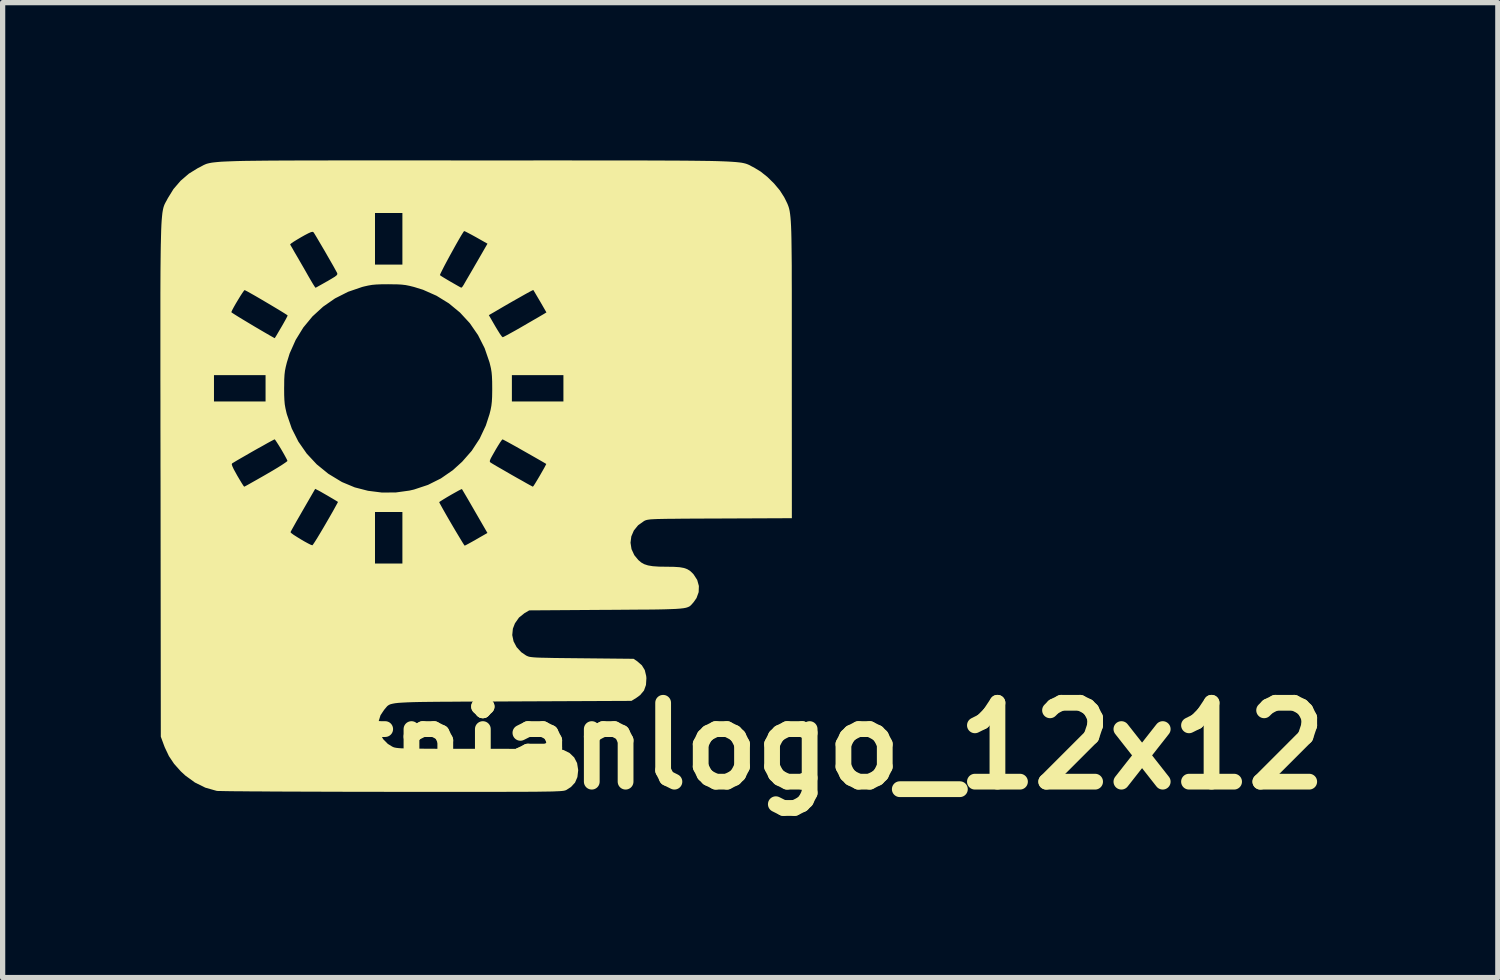
<source format=kicad_pcb>
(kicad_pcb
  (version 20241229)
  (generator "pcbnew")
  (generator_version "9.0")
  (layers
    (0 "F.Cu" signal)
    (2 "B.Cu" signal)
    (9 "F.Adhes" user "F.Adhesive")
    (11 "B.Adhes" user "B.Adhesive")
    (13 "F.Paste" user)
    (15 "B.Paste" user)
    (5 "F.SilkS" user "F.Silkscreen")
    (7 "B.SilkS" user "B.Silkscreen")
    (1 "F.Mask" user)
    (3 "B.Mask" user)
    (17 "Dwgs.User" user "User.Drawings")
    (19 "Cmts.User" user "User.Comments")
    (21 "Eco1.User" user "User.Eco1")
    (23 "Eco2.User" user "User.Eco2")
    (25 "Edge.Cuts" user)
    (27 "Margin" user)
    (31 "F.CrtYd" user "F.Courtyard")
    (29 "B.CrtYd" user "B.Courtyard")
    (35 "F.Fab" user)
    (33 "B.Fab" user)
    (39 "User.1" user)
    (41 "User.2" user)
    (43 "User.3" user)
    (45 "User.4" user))
  (footprint "hernianlogo_12x12"
    (layer "F.Cu")
    (at 6.003 6.005)
    (property "Reference" "hernianlogo_12x12" (at 5.486 5.131 0) (layer "F.SilkS") (effects (font (size 1.5 1.5) (thickness 0.3))))
    (attr board_only exclude_from_pos_files exclude_from_bom)
    (fp_poly (pts (xy -1.785 -6.005) (xy -1.359 -6.005) (xy -0.897 -6.005) (xy -0.397 -6.004) (xy -0.001 -6.004) (xy 0.528 -6.004) (xy 1.019 -6.004) (xy 1.473 -6.005) (xy 1.891 -6.004) (xy 2.275 -6.004) (xy 2.627 -6.004) (xy 2.948 -6.004) (xy 3.24 -6.003) (xy 3.503 -6.002) (xy 3.741 -6.001) (xy 3.953 -6) (xy 4.142 -5.998) (xy 4.31 -5.996) (xy 4.457 -5.994) (xy 4.585 -5.991) (xy 4.697 -5.987) (xy 4.792 -5.983) (xy 4.874 -5.978) (xy 4.942 -5.973) (xy 5 -5.967) (xy 5.048 -5.961) (xy 5.088 -5.953) (xy 5.121 -5.945) (xy 5.149 -5.936) (xy 5.174 -5.926) (xy 5.197 -5.916) (xy 5.219 -5.904) (xy 5.242 -5.891) (xy 5.268 -5.878) (xy 5.284 -5.87) (xy 5.412 -5.792) (xy 5.543 -5.687) (xy 5.668 -5.564) (xy 5.777 -5.434) (xy 5.859 -5.305) (xy 5.87 -5.284) (xy 5.888 -5.248) (xy 5.904 -5.215) (xy 5.919 -5.184) (xy 5.932 -5.152) (xy 5.944 -5.119) (xy 5.955 -5.08) (xy 5.964 -5.036) (xy 5.972 -4.982) (xy 5.979 -4.919) (xy 5.985 -4.842) (xy 5.99 -4.751) (xy 5.994 -4.643) (xy 5.997 -4.517) (xy 5.999 -4.369) (xy 6.001 -4.199) (xy 6.003 -4.003) (xy 6.003 -3.781) (xy 6.004 -3.53) (xy 6.004 -3.248) (xy 6.004 -2.932) (xy 6.004 -2.582) (xy 6.004 -2.194) (xy 6.004 -2.037) (xy 6.005 0.799) (xy 4.639 0.805) (xy 4.372 0.806) (xy 4.142 0.807) (xy 3.946 0.808) (xy 3.781 0.81) (xy 3.645 0.811) (xy 3.534 0.813) (xy 3.445 0.815) (xy 3.375 0.818) (xy 3.322 0.821) (xy 3.282 0.826) (xy 3.252 0.831) (xy 3.23 0.837) (xy 3.212 0.844) (xy 3.196 0.852) (xy 3.193 0.854) (xy 3.081 0.934) (xy 3 1.034) (xy 2.952 1.146) (xy 2.937 1.266) (xy 2.956 1.387) (xy 3.009 1.502) (xy 3.086 1.595) (xy 3.14 1.641) (xy 3.199 1.674) (xy 3.27 1.697) (xy 3.36 1.712) (xy 3.476 1.72) (xy 3.62 1.722) (xy 3.762 1.724) (xy 3.871 1.731) (xy 3.954 1.746) (xy 4.019 1.77) (xy 4.074 1.805) (xy 4.124 1.853) (xy 4.137 1.868) (xy 4.205 1.973) (xy 4.237 2.088) (xy 4.233 2.205) (xy 4.192 2.318) (xy 4.139 2.393) (xy 4.117 2.419) (xy 4.098 2.441) (xy 4.079 2.46) (xy 4.057 2.477) (xy 4.029 2.49) (xy 3.992 2.502) (xy 3.944 2.511) (xy 3.881 2.518) (xy 3.802 2.524) (xy 3.702 2.528) (xy 3.58 2.532) (xy 3.433 2.535) (xy 3.257 2.537) (xy 3.05 2.538) (xy 2.809 2.54) (xy 2.531 2.542) (xy 2.482 2.542) (xy 1.011 2.552) (xy 0.919 2.606) (xy 0.816 2.689) (xy 0.739 2.799) (xy 0.7 2.9) (xy 0.688 3.022) (xy 0.713 3.141) (xy 0.771 3.251) (xy 0.859 3.347) (xy 0.951 3.41) (xy 0.97 3.419) (xy 0.991 3.428) (xy 1.016 3.435) (xy 1.05 3.44) (xy 1.096 3.445) (xy 1.158 3.449) (xy 1.239 3.452) (xy 1.342 3.454) (xy 1.472 3.457) (xy 1.632 3.459) (xy 1.826 3.461) (xy 2.013 3.463) (xy 2.995 3.473) (xy 3.066 3.521) (xy 3.153 3.597) (xy 3.208 3.687) (xy 3.235 3.799) (xy 3.239 3.841) (xy 3.231 3.97) (xy 3.193 4.076) (xy 3.12 4.163) (xy 3.052 4.213) (xy 2.955 4.273) (xy 0.702 4.283) (xy 0.348 4.285) (xy 0.033 4.286) (xy -0.248 4.287) (xy -0.495 4.289) (xy -0.711 4.29) (xy -0.898 4.292) (xy -1.058 4.294) (xy -1.194 4.297) (xy -1.308 4.301) (xy -1.402 4.306) (xy -1.479 4.311) (xy -1.54 4.318) (xy -1.588 4.327) (xy -1.625 4.336) (xy -1.653 4.348) (xy -1.674 4.361) (xy -1.692 4.376) (xy -1.707 4.394) (xy -1.723 4.413) (xy -1.741 4.435) (xy -1.747 4.441) (xy -1.817 4.546) (xy -1.853 4.662) (xy -1.856 4.781) (xy -1.826 4.897) (xy -1.766 5.002) (xy -1.678 5.091) (xy -1.595 5.142) (xy -1.578 5.15) (xy -1.561 5.157) (xy -1.539 5.162) (xy -1.511 5.167) (xy -1.474 5.171) (xy -1.424 5.175) (xy -1.36 5.177) (xy -1.277 5.18) (xy -1.175 5.181) (xy -1.049 5.182) (xy -0.897 5.183) (xy -0.716 5.184) (xy -0.504 5.184) (xy -0.258 5.184) (xy 0.026 5.184) (xy 0.043 5.184) (xy 0.362 5.184) (xy 0.642 5.185) (xy 0.885 5.186) (xy 1.092 5.188) (xy 1.265 5.19) (xy 1.405 5.192) (xy 1.514 5.195) (xy 1.592 5.199) (xy 1.643 5.203) (xy 1.663 5.207) (xy 1.779 5.265) (xy 1.866 5.349) (xy 1.921 5.456) (xy 1.941 5.582) (xy 1.942 5.592) (xy 1.927 5.722) (xy 1.882 5.827) (xy 1.804 5.911) (xy 1.717 5.967) (xy 1.707 5.971) (xy 1.694 5.976) (xy 1.677 5.98) (xy 1.655 5.984) (xy 1.625 5.987) (xy 1.585 5.99) (xy 1.534 5.992) (xy 1.47 5.995) (xy 1.391 5.997) (xy 1.295 5.998) (xy 1.18 6) (xy 1.044 6.001) (xy 0.886 6.002) (xy 0.703 6.002) (xy 0.494 6.003) (xy 0.258 6.003) (xy -0.009 6.003) (xy -0.308 6.003) (xy -0.64 6.003) (xy -1.008 6.003) (xy -1.413 6.003) (xy -1.605 6.003) (xy -1.964 6.002) (xy -2.313 6.002) (xy -2.649 6.001) (xy -2.971 6) (xy -3.276 5.999) (xy -3.563 5.998) (xy -3.828 5.997) (xy -4.07 5.995) (xy -4.287 5.994) (xy -4.477 5.992) (xy -4.636 5.991) (xy -4.764 5.989) (xy -4.858 5.987) (xy -4.916 5.986) (xy -4.934 5.984) (xy -5.149 5.923) (xy -5.347 5.825) (xy -5.53 5.692) (xy -5.614 5.614) (xy -5.742 5.471) (xy -5.841 5.323) (xy -5.92 5.156) (xy -5.941 5.101) (xy -5.995 4.954) (xy -5.999 1.065) (xy -3.529 1.065) (xy -3.514 1.082) (xy -3.473 1.113) (xy -3.412 1.152) (xy -3.341 1.196) (xy -3.268 1.239) (xy -3.2 1.276) (xy -3.147 1.303) (xy -3.115 1.314) (xy -3.112 1.314) (xy -3.097 1.295) (xy -3.065 1.247) (xy -3.019 1.174) (xy -2.963 1.081) (xy -2.899 0.973) (xy -2.857 0.901) (xy -2.791 0.787) (xy -2.732 0.684) (xy -2.73 0.681) (xy -1.922 0.681) (xy -1.922 1.171) (xy -1.922 1.661) (xy -1.661 1.661) (xy -1.401 1.661) (xy -1.401 1.171) (xy -1.401 0.681) (xy -1.661 0.681) (xy -1.922 0.681) (xy -2.73 0.681) (xy -2.684 0.598) (xy -2.649 0.534) (xy -2.629 0.497) (xy -2.628 0.494) (xy -0.701 0.494) (xy -0.691 0.516) (xy -0.664 0.565) (xy -0.624 0.637) (xy -0.574 0.725) (xy -0.517 0.824) (xy -0.457 0.927) (xy -0.397 1.029) (xy -0.34 1.124) (xy -0.29 1.207) (xy -0.251 1.271) (xy -0.225 1.311) (xy -0.217 1.321) (xy -0.196 1.312) (xy -0.147 1.286) (xy -0.078 1.248) (xy 0.004 1.202) (xy 0.006 1.2) (xy 0.216 1.08) (xy -0.024 0.665) (xy -0.091 0.549) (xy -0.151 0.445) (xy -0.202 0.358) (xy -0.241 0.292) (xy -0.264 0.253) (xy -0.269 0.245) (xy -0.288 0.252) (xy -0.332 0.274) (xy -0.395 0.309) (xy -0.468 0.35) (xy -0.542 0.393) (xy -0.61 0.434) (xy -0.664 0.468) (xy -0.696 0.489) (xy -0.701 0.494) (xy -2.628 0.494) (xy -2.627 0.489) (xy -2.647 0.476) (xy -2.693 0.448) (xy -2.756 0.411) (xy -2.827 0.369) (xy -2.897 0.329) (xy -2.956 0.295) (xy -2.996 0.273) (xy -2.999 0.272) (xy -3.059 0.241) (xy -3.292 0.644) (xy -3.358 0.759) (xy -3.418 0.863) (xy -3.467 0.951) (xy -3.504 1.017) (xy -3.525 1.057) (xy -3.529 1.065) (xy -5.999 1.065) (xy -6 0.06) (xy -6.001 -0.227) (xy -4.646 -0.227) (xy -4.636 -0.192) (xy -4.609 -0.133) (xy -4.562 -0.048) (xy -4.543 -0.013) (xy -4.495 0.068) (xy -4.454 0.136) (xy -4.424 0.182) (xy -4.41 0.2) (xy -4.409 0.2) (xy -4.39 0.191) (xy -4.34 0.164) (xy -4.266 0.122) (xy -4.172 0.069) (xy -4.063 0.007) (xy -3.99 -0.035) (xy -3.875 -0.102) (xy -3.773 -0.163) (xy -3.689 -0.216) (xy -3.628 -0.257) (xy -3.593 -0.283) (xy -3.587 -0.291) (xy -3.601 -0.324) (xy -3.63 -0.378) (xy -3.668 -0.446) (xy -3.711 -0.52) (xy -3.754 -0.59) (xy -3.792 -0.649) (xy -3.819 -0.689) (xy -3.831 -0.701) (xy -3.851 -0.691) (xy -3.9 -0.665) (xy -3.972 -0.626) (xy -4.06 -0.576) (xy -4.16 -0.521) (xy -4.264 -0.462) (xy -4.366 -0.403) (xy -4.462 -0.348) (xy -4.545 -0.3) (xy -4.608 -0.262) (xy -4.639 -0.243) (xy -4.646 -0.227) (xy -6.001 -0.227) (xy -6.001 -0.472) (xy -6.002 -0.965) (xy -6.002 -1.421) (xy -6.003 -1.842) (xy -6.003 -1.922) (xy -4.984 -1.922) (xy -4.984 -1.671) (xy -4.984 -1.421) (xy -4.494 -1.421) (xy -4.003 -1.421) (xy -4.003 -1.671) (xy -3.65 -1.671) (xy -3.649 -1.545) (xy -3.645 -1.447) (xy -3.638 -1.366) (xy -3.625 -1.292) (xy -3.607 -1.212) (xy -3.598 -1.177) (xy -3.505 -0.907) (xy -3.379 -0.657) (xy -3.22 -0.429) (xy -3.03 -0.225) (xy -2.81 -0.046) (xy -2.563 0.104) (xy -2.542 0.115) (xy -2.307 0.213) (xy -2.055 0.278) (xy -1.793 0.311) (xy -1.528 0.31) (xy -1.267 0.274) (xy -1.18 0.254) (xy -0.915 0.166) (xy -0.669 0.043) (xy -0.442 -0.114) (xy -0.27 -0.27) (xy -0.261 -0.279) (xy 0.261 -0.279) (xy 0.269 -0.264) (xy 0.287 -0.252) (xy 0.287 -0.252) (xy 0.328 -0.227) (xy 0.392 -0.189) (xy 0.476 -0.141) (xy 0.571 -0.086) (xy 0.673 -0.027) (xy 0.775 0.031) (xy 0.872 0.085) (xy 0.956 0.133) (xy 1.023 0.17) (xy 1.067 0.193) (xy 1.08 0.2) (xy 1.094 0.184) (xy 1.123 0.139) (xy 1.163 0.073) (xy 1.211 -0.008) (xy 1.215 -0.015) (xy 1.262 -0.097) (xy 1.3 -0.164) (xy 1.325 -0.212) (xy 1.335 -0.232) (xy 1.335 -0.232) (xy 1.304 -0.251) (xy 1.247 -0.284) (xy 1.169 -0.329) (xy 1.076 -0.382) (xy 0.974 -0.44) (xy 0.87 -0.499) (xy 0.768 -0.557) (xy 0.674 -0.609) (xy 0.596 -0.652) (xy 0.538 -0.683) (xy 0.507 -0.699) (xy 0.504 -0.701) (xy 0.487 -0.684) (xy 0.456 -0.64) (xy 0.414 -0.573) (xy 0.366 -0.493) (xy 0.365 -0.49) (xy 0.314 -0.401) (xy 0.281 -0.341) (xy 0.264 -0.302) (xy 0.261 -0.279) (xy -0.261 -0.279) (xy -0.083 -0.482) (xy 0.068 -0.713) (xy 0.186 -0.964) (xy 0.256 -1.18) (xy 0.277 -1.264) (xy 0.291 -1.339) (xy 0.3 -1.416) (xy 0.305 -1.507) (xy 0.307 -1.622) (xy 0.307 -1.671) (xy 0.306 -1.798) (xy 0.302 -1.896) (xy 0.3 -1.922) (xy 0.681 -1.922) (xy 0.681 -1.671) (xy 0.681 -1.421) (xy 1.171 -1.421) (xy 1.661 -1.421) (xy 1.661 -1.671) (xy 1.661 -1.922) (xy 1.171 -1.922) (xy 0.681 -1.922) (xy 0.3 -1.922) (xy 0.295 -1.976) (xy 0.283 -2.051) (xy 0.264 -2.131) (xy 0.255 -2.166) (xy 0.163 -2.434) (xy 0.037 -2.683) (xy -0.119 -2.909) (xy -0.26 -3.062) (xy 0.243 -3.062) (xy 0.364 -2.852) (xy 0.413 -2.771) (xy 0.455 -2.704) (xy 0.488 -2.659) (xy 0.506 -2.642) (xy 0.506 -2.642) (xy 0.529 -2.652) (xy 0.581 -2.679) (xy 0.656 -2.72) (xy 0.75 -2.772) (xy 0.855 -2.832) (xy 0.879 -2.846) (xy 0.989 -2.91) (xy 1.091 -2.969) (xy 1.178 -3.019) (xy 1.244 -3.058) (xy 1.282 -3.08) (xy 1.285 -3.082) (xy 1.338 -3.114) (xy 1.217 -3.324) (xy 1.169 -3.405) (xy 1.129 -3.473) (xy 1.101 -3.52) (xy 1.089 -3.54) (xy 1.089 -3.54) (xy 1.07 -3.533) (xy 1.018 -3.506) (xy 0.936 -3.461) (xy 0.825 -3.398) (xy 0.687 -3.32) (xy 0.524 -3.226) (xy 0.357 -3.128) (xy 0.243 -3.062) (xy -0.26 -3.062) (xy -0.305 -3.111) (xy -0.517 -3.286) (xy -0.752 -3.431) (xy -1.009 -3.545) (xy -1.18 -3.598) (xy -1.264 -3.619) (xy -1.339 -3.634) (xy -1.416 -3.643) (xy -1.507 -3.648) (xy -1.622 -3.649) (xy -1.671 -3.65) (xy -1.798 -3.649) (xy -1.896 -3.645) (xy -1.976 -3.638) (xy -2.051 -3.625) (xy -2.131 -3.607) (xy -2.166 -3.598) (xy -2.434 -3.506) (xy -2.683 -3.38) (xy -2.909 -3.223) (xy -3.111 -3.038) (xy -3.286 -2.826) (xy -3.431 -2.59) (xy -3.545 -2.334) (xy -3.598 -2.163) (xy -3.619 -2.079) (xy -3.634 -2.004) (xy -3.643 -1.927) (xy -3.648 -1.836) (xy -3.649 -1.721) (xy -3.65 -1.671) (xy -4.003 -1.671) (xy -4.003 -1.922) (xy -4.494 -1.922) (xy -4.984 -1.922) (xy -6.003 -1.922) (xy -6.003 -2.229) (xy -6.003 -2.583) (xy -6.003 -2.907) (xy -6.003 -3.118) (xy -4.654 -3.118) (xy -4.637 -3.105) (xy -4.592 -3.076) (xy -4.522 -3.032) (xy -4.435 -2.979) (xy -4.335 -2.919) (xy -4.227 -2.854) (xy -4.118 -2.79) (xy -4.012 -2.728) (xy -3.915 -2.672) (xy -3.832 -2.625) (xy -3.83 -2.624) (xy -3.819 -2.639) (xy -3.792 -2.683) (xy -3.754 -2.748) (xy -3.707 -2.828) (xy -3.705 -2.831) (xy -3.658 -2.913) (xy -3.619 -2.983) (xy -3.593 -3.033) (xy -3.583 -3.056) (xy -3.583 -3.056) (xy -3.6 -3.069) (xy -3.645 -3.098) (xy -3.713 -3.14) (xy -3.799 -3.192) (xy -3.896 -3.25) (xy -3.999 -3.311) (xy -4.101 -3.371) (xy -4.197 -3.427) (xy -4.282 -3.475) (xy -4.348 -3.512) (xy -4.391 -3.534) (xy -4.402 -3.539) (xy -4.416 -3.524) (xy -4.445 -3.483) (xy -4.484 -3.423) (xy -4.527 -3.352) (xy -4.571 -3.279) (xy -4.61 -3.21) (xy -4.639 -3.155) (xy -4.653 -3.122) (xy -4.654 -3.118) (xy -6.003 -3.118) (xy -6.003 -3.201) (xy -6.003 -3.467) (xy -6.002 -3.707) (xy -6.001 -3.921) (xy -5.999 -4.113) (xy -5.997 -4.283) (xy -5.995 -4.407) (xy -3.536 -4.407) (xy -3.536 -4.407) (xy -3.524 -4.385) (xy -3.494 -4.334) (xy -3.451 -4.258) (xy -3.395 -4.163) (xy -3.331 -4.052) (xy -3.261 -3.931) (xy -3.189 -3.804) (xy -3.139 -3.718) (xy -3.101 -3.654) (xy -3.071 -3.607) (xy -3.055 -3.584) (xy -3.054 -3.583) (xy -3.034 -3.592) (xy -2.988 -3.618) (xy -2.92 -3.656) (xy -2.839 -3.702) (xy -2.834 -3.704) (xy -2.746 -3.756) (xy -2.687 -3.792) (xy -2.653 -3.818) (xy -2.65 -3.823) (xy -0.687 -3.823) (xy -0.664 -3.806) (xy -0.616 -3.776) (xy -0.551 -3.737) (xy -0.478 -3.694) (xy -0.406 -3.653) (xy -0.343 -3.617) (xy -0.298 -3.592) (xy -0.28 -3.584) (xy -0.263 -3.598) (xy -0.238 -3.635) (xy -0.236 -3.638) (xy -0.217 -3.672) (xy -0.181 -3.734) (xy -0.132 -3.818) (xy -0.073 -3.919) (xy -0.009 -4.03) (xy 0.007 -4.057) (xy 0.217 -4.421) (xy -0.002 -4.545) (xy -0.086 -4.591) (xy -0.156 -4.628) (xy -0.205 -4.653) (xy -0.228 -4.661) (xy -0.228 -4.661) (xy -0.25 -4.629) (xy -0.286 -4.571) (xy -0.332 -4.492) (xy -0.385 -4.399) (xy -0.442 -4.296) (xy -0.5 -4.191) (xy -0.555 -4.089) (xy -0.605 -3.995) (xy -0.645 -3.916) (xy -0.674 -3.858) (xy -0.687 -3.826) (xy -0.687 -3.823) (xy -2.65 -3.823) (xy -2.639 -3.838) (xy -2.639 -3.856) (xy -2.645 -3.87) (xy -2.672 -3.919) (xy -2.712 -3.992) (xy -2.763 -4.081) (xy -2.82 -4.18) (xy -2.879 -4.283) (xy -2.938 -4.383) (xy -2.992 -4.475) (xy -3.038 -4.553) (xy -3.072 -4.609) (xy -3.091 -4.638) (xy -3.092 -4.639) (xy -3.109 -4.647) (xy -3.139 -4.641) (xy -3.187 -4.62) (xy -3.26 -4.582) (xy -3.329 -4.543) (xy -3.41 -4.495) (xy -3.476 -4.454) (xy -3.52 -4.423) (xy -3.536 -4.407) (xy -5.995 -4.407) (xy -5.994 -4.432) (xy -5.991 -4.563) (xy -5.988 -4.676) (xy -5.984 -4.773) (xy -5.979 -4.857) (xy -5.973 -4.927) (xy -5.967 -4.986) (xy -5.965 -5.004) (xy -1.922 -5.004) (xy -1.922 -4.514) (xy -1.922 -4.023) (xy -1.661 -4.023) (xy -1.401 -4.023) (xy -1.401 -4.514) (xy -1.401 -5.004) (xy -1.661 -5.004) (xy -1.922 -5.004) (xy -5.965 -5.004) (xy -5.96 -5.036) (xy -5.952 -5.078) (xy -5.944 -5.112) (xy -5.934 -5.142) (xy -5.924 -5.168) (xy -5.912 -5.192) (xy -5.9 -5.215) (xy -5.886 -5.239) (xy -5.872 -5.266) (xy -5.859 -5.29) (xy -5.754 -5.46) (xy -5.619 -5.617) (xy -5.461 -5.753) (xy -5.291 -5.858) (xy -5.284 -5.861) (xy -5.254 -5.876) (xy -5.228 -5.89) (xy -5.204 -5.903) (xy -5.182 -5.915) (xy -5.158 -5.926) (xy -5.132 -5.937) (xy -5.102 -5.946) (xy -5.067 -5.954) (xy -5.025 -5.962) (xy -4.975 -5.968) (xy -4.915 -5.974) (xy -4.843 -5.98) (xy -4.759 -5.984) (xy -4.659 -5.988) (xy -4.544 -5.992) (xy -4.412 -5.995) (xy -4.26 -5.997) (xy -4.088 -5.999) (xy -3.893 -6.001) (xy -3.675 -6.002) (xy -3.432 -6.003) (xy -3.162 -6.004) (xy -2.864 -6.004) (xy -2.536 -6.005) (xy -2.177 -6.005)) (stroke (width 0) (type solid)) (fill yes) (layer "F.SilkS")))
  (gr_rect
    (start -3 -3)
    (end 25.433 15.54)
    (stroke (width 0.1) (type default))
    (fill no)
    (layer "Edge.Cuts")))
</source>
